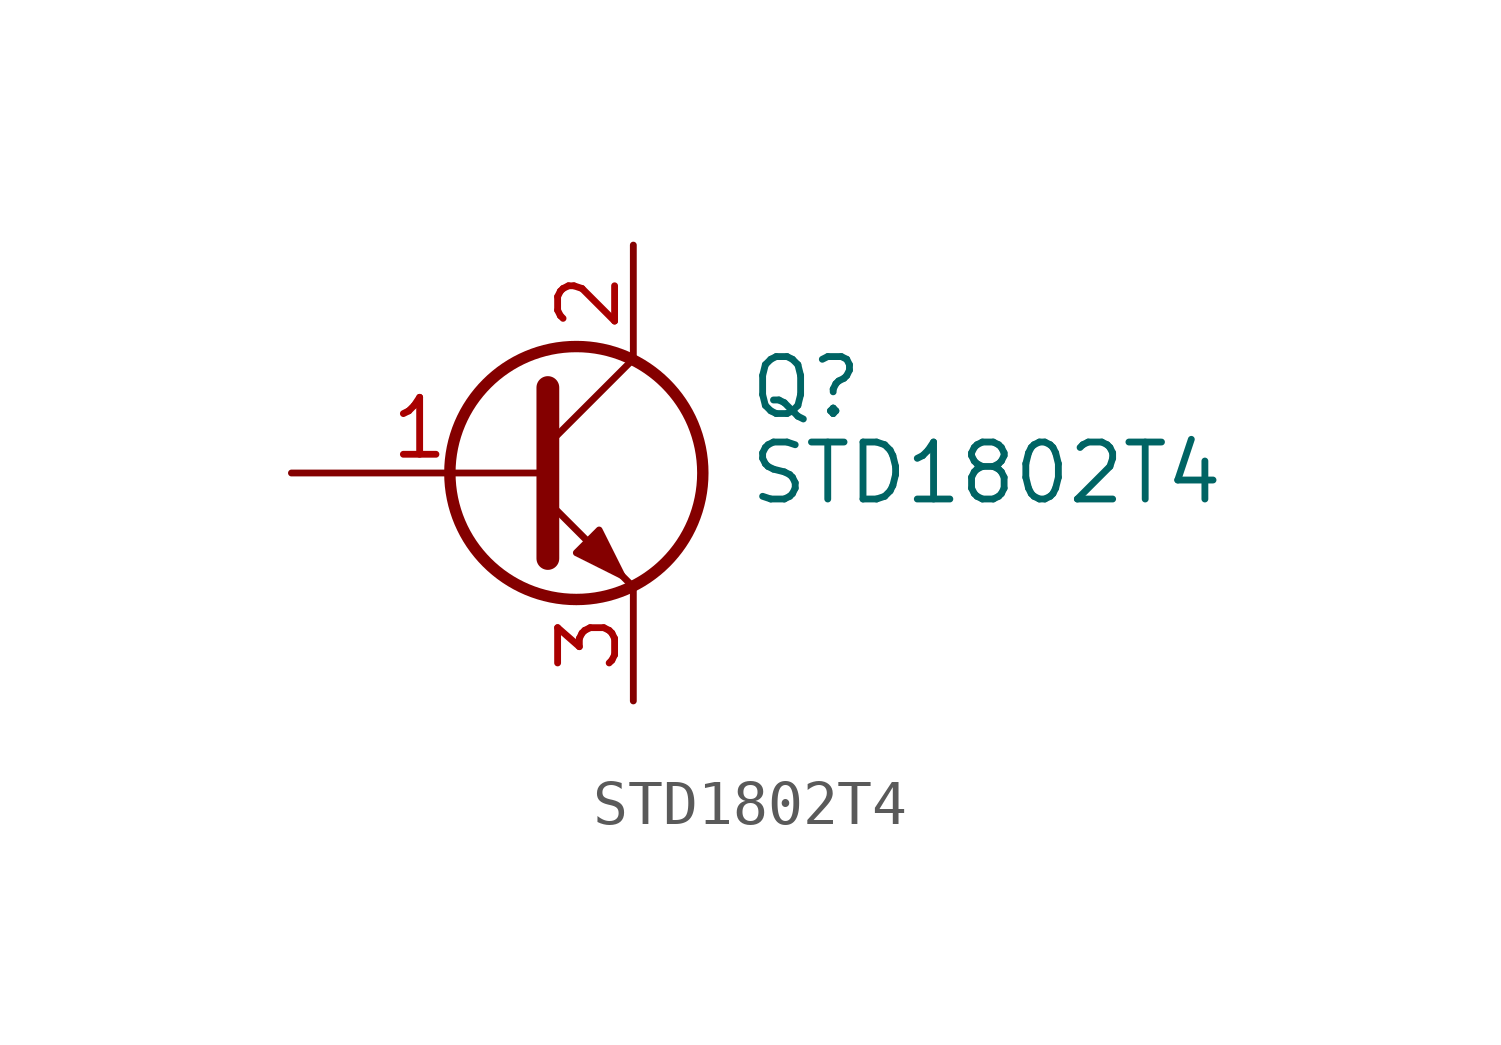
<source format=kicad_sym>
(kicad_symbol_lib
  (version 20220914)
  (generator kicad_symbol_editor)
  (symbol "STD1802T4"
    (pin_names
      (offset 0) hide)
    (property "Reference" "Q"
      (at 5.08 1.905 0)
      (effects (font (size 1.27 1.27)) (justify left)))
    (property "Value" "STD1802T4"
      (at 5.08 0 0)
      (effects (font (size 1.27 1.27)) (justify left)))
    (symbol "STD1802T4_0_1"
      (polyline (pts (xy 0.635 0.635) (xy 2.54 2.54)) (stroke (width 0) (type default)) (fill (type none)))
      (polyline (pts (xy 0.635 -0.635) (xy 2.54 -2.54) (xy 2.54 -2.54)) (stroke (width 0) (type default)) (fill (type none)))
      (polyline (pts (xy 0.635 1.905) (xy 0.635 -1.905) (xy 0.635 -1.905)) (stroke (width 0.508) (type default)) (fill (type none)))
      (polyline (pts (xy 1.27 -1.778) (xy 1.778 -1.27) (xy 2.286 -2.286) (xy 1.27 -1.778) (xy 1.27 -1.778)) (stroke (width 0) (type default)) (fill (type outline)))
      (circle (center 1.27 0) (radius 2.819) (stroke (width 0.254) (type default)) (fill (type none))))
    (symbol "STD1802T4_1_1"
      (pin input line (at -5.08 0 0) (length 5.715) (name "B" (effects (font (size 1.27 1.27)))) (number "1" (effects (font (size 1.27 1.27)))))
      (pin passive line (at 2.54 5.08 270) (length 2.54) (name "C" (effects (font (size 1.27 1.27)))) (number "2" (effects (font (size 1.27 1.27)))))
      (pin passive line (at 2.54 -5.08 90) (length 2.54) (name "E" (effects (font (size 1.27 1.27)))) (number "3" (effects (font (size 1.27 1.27))))))))
</source>
